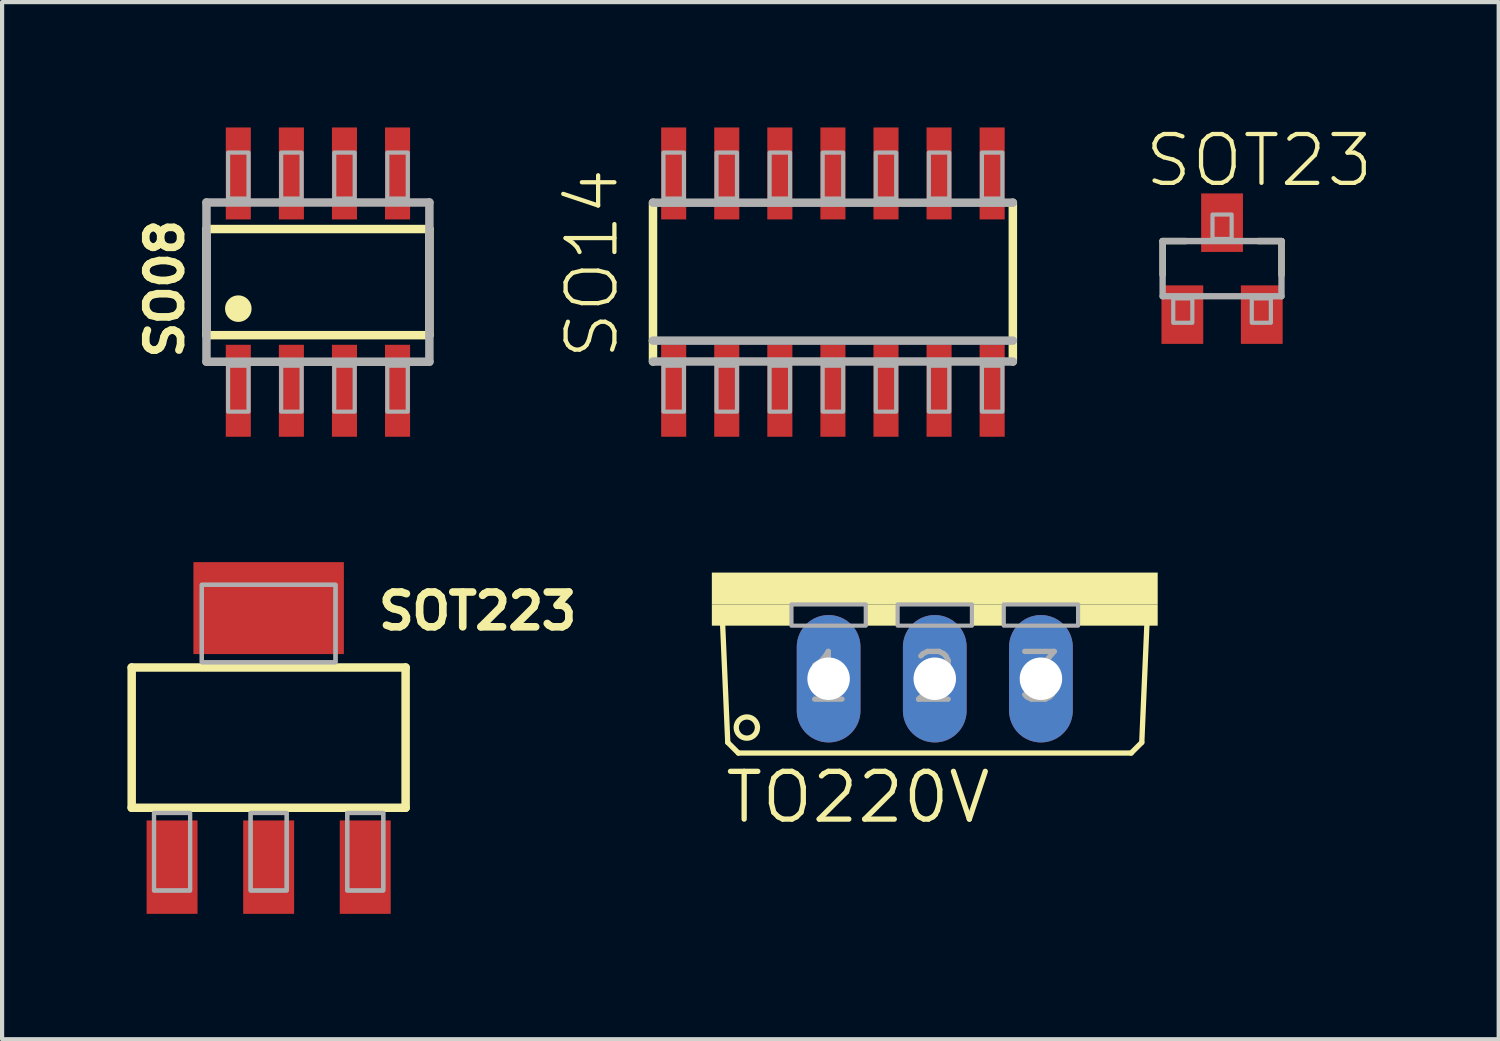
<source format=kicad_pcb>
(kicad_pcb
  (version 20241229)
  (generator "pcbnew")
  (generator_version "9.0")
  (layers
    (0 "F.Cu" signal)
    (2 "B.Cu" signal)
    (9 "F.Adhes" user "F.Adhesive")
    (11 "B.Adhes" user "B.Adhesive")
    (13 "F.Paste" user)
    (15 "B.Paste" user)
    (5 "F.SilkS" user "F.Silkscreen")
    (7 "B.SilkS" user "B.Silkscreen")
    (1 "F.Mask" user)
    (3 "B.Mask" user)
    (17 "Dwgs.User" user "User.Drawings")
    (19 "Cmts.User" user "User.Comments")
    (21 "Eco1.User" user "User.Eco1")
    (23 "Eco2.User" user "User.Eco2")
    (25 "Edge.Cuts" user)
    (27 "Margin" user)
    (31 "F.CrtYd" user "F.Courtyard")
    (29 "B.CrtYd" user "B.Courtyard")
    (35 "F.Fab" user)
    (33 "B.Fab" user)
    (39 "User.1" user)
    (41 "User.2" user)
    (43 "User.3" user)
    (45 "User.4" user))
  (footprint "TO220V"
    (layer "F.Cu")
    (at 19.316 10.65)
    (property "Reference" "TO220V" (at -5.08 6.045 0) (unlocked yes) (layer "F.SilkS") (effects (font (size 1.143 1.143) (thickness 0.127)) (justify left bottom)))
    (fp_line (start -4.953 4.064) (end -5.08 1.143) (stroke (width 0.127) (type solid)) (layer "F.SilkS"))
    (fp_line (start -4.953 4.064) (end -4.699 4.318) (stroke (width 0.127) (type solid)) (layer "F.SilkS"))
    (fp_line (start 4.699 4.318) (end -4.699 4.318) (stroke (width 0.127) (type solid)) (layer "F.SilkS"))
    (fp_line (start 4.699 4.318) (end 4.953 4.064) (stroke (width 0.127) (type solid)) (layer "F.SilkS"))
    (fp_line (start 5.08 1.143) (end 4.953 4.064) (stroke (width 0.127) (type solid)) (layer "F.SilkS"))
    (fp_circle (center -4.496 3.708) (end -4.242 3.708) (stroke (width 0.127) (type solid)) (fill no) (layer "F.SilkS"))
    (fp_poly (pts (xy -5.334 0.762) (xy 5.334 0.762) (xy 5.334 0) (xy -5.334 0)) (stroke (width 0) (type default)) (fill yes) (layer "F.SilkS"))
    (fp_poly (pts (xy -5.334 1.27) (xy -3.429 1.27) (xy -3.429 0.762) (xy -5.334 0.762)) (stroke (width 0) (type default)) (fill yes) (layer "F.SilkS"))
    (fp_poly (pts (xy -1.651 1.27) (xy -0.889 1.27) (xy -0.889 0.762) (xy -1.651 0.762)) (stroke (width 0) (type default)) (fill yes) (layer "F.SilkS"))
    (fp_poly (pts (xy 0.889 1.27) (xy 1.651 1.27) (xy 1.651 0.762) (xy 0.889 0.762)) (stroke (width 0) (type default)) (fill yes) (layer "F.SilkS"))
    (fp_poly (pts (xy 3.429 1.27) (xy 5.334 1.27) (xy 5.334 0.762) (xy 3.429 0.762)) (stroke (width 0) (type default)) (fill yes) (layer "F.SilkS"))
    (fp_poly (pts (xy -3.429 1.27) (xy -1.651 1.27) (xy -1.651 0.762) (xy -3.429 0.762)) (stroke (width 0.1) (type default)) (fill no) (layer "F.Fab"))
    (fp_poly (pts (xy -0.889 1.27) (xy 0.889 1.27) (xy 0.889 0.762) (xy -0.889 0.762)) (stroke (width 0.1) (type default)) (fill no) (layer "F.Fab"))
    (fp_poly (pts (xy 1.651 1.27) (xy 3.429 1.27) (xy 3.429 0.762) (xy 1.651 0.762)) (stroke (width 0.1) (type default)) (fill no) (layer "F.Fab"))
    (fp_text user "1" (at -3.175 3.175 0) (unlocked yes) (layer "F.Fab") (effects (font (size 1.143 1.143) (thickness 0.127)) (justify left bottom)))
    (fp_text user "2" (at -0.635 3.175 0) (unlocked yes) (layer "F.Fab") (effects (font (size 1.143 1.143) (thickness 0.127)) (justify left bottom)))
    (fp_text user "3" (at 1.905 3.175 0) (unlocked yes) (layer "F.Fab") (effects (font (size 1.143 1.143) (thickness 0.127)) (justify left bottom)))
    (pad "1" thru_hole oval (at -2.54 2.54 90) (size 3.048 1.524) (drill 1.016) (layers "*.Cu" "*.Mask"))
    (pad "2" thru_hole oval (at 0 2.54 90) (size 3.048 1.524) (drill 1.016) (layers "*.Cu" "*.Mask"))
    (pad "3" thru_hole oval (at 2.54 2.54 90) (size 3.048 1.524) (drill 1.016) (layers "*.Cu" "*.Mask")))
  (footprint "SO08"
    (layer "F.Cu")
    (at 4.557 3.7)
    (property "Reference" "SO08" (at -3.175 1.905 90) (unlocked yes) (layer "F.SilkS") (effects (font (size 0.833 0.833) (thickness 0.183)) (justify left bottom)))
    (fp_line (start -2.667 -1.27) (end 2.667 -1.27) (stroke (width 0.203) (type solid)) (layer "F.SilkS"))
    (fp_line (start -2.667 1.27) (end -2.667 -1.27) (stroke (width 0.203) (type solid)) (layer "F.SilkS"))
    (fp_line (start 2.667 -1.27) (end 2.667 1.27) (stroke (width 0.203) (type solid)) (layer "F.SilkS"))
    (fp_line (start 2.667 1.27) (end -2.667 1.27) (stroke (width 0.203) (type solid)) (layer "F.SilkS"))
    (fp_circle (center -1.905 0.635) (end -1.746 0.635) (stroke (width 0.318) (type solid)) (fill yes) (layer "F.SilkS"))
    (fp_line (start -2.667 -1.905) (end 2.667 -1.905) (stroke (width 0.203) (type solid)) (layer "F.Fab"))
    (fp_line (start -2.667 1.905) (end -2.667 -1.905) (stroke (width 0.203) (type solid)) (layer "F.Fab"))
    (fp_line (start 2.667 -1.905) (end 2.667 1.905) (stroke (width 0.203) (type solid)) (layer "F.Fab"))
    (fp_line (start 2.667 1.905) (end -2.667 1.905) (stroke (width 0.203) (type solid)) (layer "F.Fab"))
    (fp_poly (pts (xy -2.15 -2) (xy -1.66 -2) (xy -1.66 -3.1) (xy -2.15 -3.1)) (stroke (width 0.1) (type default)) (fill no) (layer "F.Fab"))
    (fp_poly (pts (xy -2.15 3.1) (xy -1.66 3.1) (xy -1.66 2) (xy -2.15 2)) (stroke (width 0.1) (type default)) (fill no) (layer "F.Fab"))
    (fp_poly (pts (xy -0.88 -2) (xy -0.39 -2) (xy -0.39 -3.1) (xy -0.88 -3.1)) (stroke (width 0.1) (type default)) (fill no) (layer "F.Fab"))
    (fp_poly (pts (xy -0.88 3.1) (xy -0.39 3.1) (xy -0.39 2) (xy -0.88 2)) (stroke (width 0.1) (type default)) (fill no) (layer "F.Fab"))
    (fp_poly (pts (xy 0.39 -2) (xy 0.88 -2) (xy 0.88 -3.1) (xy 0.39 -3.1)) (stroke (width 0.1) (type default)) (fill no) (layer "F.Fab"))
    (fp_poly (pts (xy 0.39 3.1) (xy 0.88 3.1) (xy 0.88 2) (xy 0.39 2)) (stroke (width 0.1) (type default)) (fill no) (layer "F.Fab"))
    (fp_poly (pts (xy 1.66 -2) (xy 2.15 -2) (xy 2.15 -3.1) (xy 1.66 -3.1)) (stroke (width 0.1) (type default)) (fill no) (layer "F.Fab"))
    (fp_poly (pts (xy 1.66 3.1) (xy 2.15 3.1) (xy 2.15 2) (xy 1.66 2)) (stroke (width 0.1) (type default)) (fill no) (layer "F.Fab"))
    (pad "1" smd rect (at -1.905 2.6) (size 0.6 2.2) (layers "F.Cu" "F.Mask" "F.Paste"))
    (pad "2" smd rect (at -0.635 2.6) (size 0.6 2.2) (layers "F.Cu" "F.Mask" "F.Paste"))
    (pad "3" smd rect (at 0.635 2.6) (size 0.6 2.2) (layers "F.Cu" "F.Mask" "F.Paste"))
    (pad "4" smd rect (at 1.905 2.6) (size 0.6 2.2) (layers "F.Cu" "F.Mask" "F.Paste"))
    (pad "5" smd rect (at 1.905 -2.6) (size 0.6 2.2) (layers "F.Cu" "F.Mask" "F.Paste"))
    (pad "6" smd rect (at 0.635 -2.6) (size 0.6 2.2) (layers "F.Cu" "F.Mask" "F.Paste"))
    (pad "7" smd rect (at -0.635 -2.6) (size 0.6 2.2) (layers "F.Cu" "F.Mask" "F.Paste"))
    (pad "8" smd rect (at -1.905 -2.6) (size 0.6 2.2) (layers "F.Cu" "F.Mask" "F.Paste")))
  (footprint "SO14"
    (layer "F.Cu")
    (at 16.879 3.7)
    (property "Reference" "SO14" (at -5.08 1.905 90) (unlocked yes) (layer "F.SilkS") (effects (font (size 1.168 1.168) (thickness 0.102)) (justify left bottom)))
    (fp_line (start -4.305 1.4) (end -4.305 -1.9) (stroke (width 0.203) (type solid)) (layer "F.SilkS"))
    (fp_line (start -4.305 1.9) (end -4.305 1.4) (stroke (width 0.203) (type solid)) (layer "F.SilkS"))
    (fp_line (start 4.305 -1.9) (end 4.305 1.4) (stroke (width 0.203) (type solid)) (layer "F.SilkS"))
    (fp_line (start 4.305 1.4) (end 4.305 1.9) (stroke (width 0.203) (type solid)) (layer "F.SilkS"))
    (fp_line (start -4.305 -1.9) (end 4.305 -1.9) (stroke (width 0.203) (type solid)) (layer "F.Fab"))
    (fp_line (start 4.305 1.4) (end -4.305 1.4) (stroke (width 0.203) (type solid)) (layer "F.Fab"))
    (fp_line (start 4.305 1.9) (end -4.305 1.9) (stroke (width 0.203) (type solid)) (layer "F.Fab"))
    (fp_poly (pts (xy -4.055 -2) (xy -3.565 -2) (xy -3.565 -3.1) (xy -4.055 -3.1)) (stroke (width 0.1) (type default)) (fill no) (layer "F.Fab"))
    (fp_poly (pts (xy -4.055 3.1) (xy -3.565 3.1) (xy -3.565 2) (xy -4.055 2)) (stroke (width 0.1) (type default)) (fill no) (layer "F.Fab"))
    (fp_poly (pts (xy -2.785 -2) (xy -2.295 -2) (xy -2.295 -3.1) (xy -2.785 -3.1)) (stroke (width 0.1) (type default)) (fill no) (layer "F.Fab"))
    (fp_poly (pts (xy -2.785 3.1) (xy -2.295 3.1) (xy -2.295 2) (xy -2.785 2)) (stroke (width 0.1) (type default)) (fill no) (layer "F.Fab"))
    (fp_poly (pts (xy -1.515 -2) (xy -1.025 -2) (xy -1.025 -3.1) (xy -1.515 -3.1)) (stroke (width 0.1) (type default)) (fill no) (layer "F.Fab"))
    (fp_poly (pts (xy -1.515 3.1) (xy -1.025 3.1) (xy -1.025 2) (xy -1.515 2)) (stroke (width 0.1) (type default)) (fill no) (layer "F.Fab"))
    (fp_poly (pts (xy -0.245 -2) (xy 0.245 -2) (xy 0.245 -3.1) (xy -0.245 -3.1)) (stroke (width 0.1) (type default)) (fill no) (layer "F.Fab"))
    (fp_poly (pts (xy -0.245 3.1) (xy 0.245 3.1) (xy 0.245 2) (xy -0.245 2)) (stroke (width 0.1) (type default)) (fill no) (layer "F.Fab"))
    (fp_poly (pts (xy 1.025 -2) (xy 1.515 -2) (xy 1.515 -3.1) (xy 1.025 -3.1)) (stroke (width 0.1) (type default)) (fill no) (layer "F.Fab"))
    (fp_poly (pts (xy 1.515 2) (xy 1.025 2) (xy 1.025 3.1) (xy 1.515 3.1)) (stroke (width 0.1) (type default)) (fill no) (layer "F.Fab"))
    (fp_poly (pts (xy 2.295 -2) (xy 2.785 -2) (xy 2.785 -3.1) (xy 2.295 -3.1)) (stroke (width 0.1) (type default)) (fill no) (layer "F.Fab"))
    (fp_poly (pts (xy 2.785 2) (xy 2.295 2) (xy 2.295 3.1) (xy 2.785 3.1)) (stroke (width 0.1) (type default)) (fill no) (layer "F.Fab"))
    (fp_poly (pts (xy 3.565 -2) (xy 4.055 -2) (xy 4.055 -3.1) (xy 3.565 -3.1)) (stroke (width 0.1) (type default)) (fill no) (layer "F.Fab"))
    (fp_poly (pts (xy 4.055 2) (xy 3.565 2) (xy 3.565 3.1) (xy 4.055 3.1)) (stroke (width 0.1) (type default)) (fill no) (layer "F.Fab"))
    (pad "1" smd rect (at -3.81 2.6) (size 0.6 2.2) (layers "F.Cu" "F.Mask" "F.Paste"))
    (pad "2" smd rect (at -2.54 2.6) (size 0.6 2.2) (layers "F.Cu" "F.Mask" "F.Paste"))
    (pad "3" smd rect (at -1.27 2.6) (size 0.6 2.2) (layers "F.Cu" "F.Mask" "F.Paste"))
    (pad "4" smd rect (at 0 2.6) (size 0.6 2.2) (layers "F.Cu" "F.Mask" "F.Paste"))
    (pad "5" smd rect (at 1.27 2.6 180) (size 0.6 2.2) (layers "F.Cu" "F.Mask" "F.Paste"))
    (pad "6" smd rect (at 2.54 2.6 180) (size 0.6 2.2) (layers "F.Cu" "F.Mask" "F.Paste"))
    (pad "7" smd rect (at 3.81 2.6 180) (size 0.6 2.2) (layers "F.Cu" "F.Mask" "F.Paste"))
    (pad "8" smd rect (at 3.81 -2.6) (size 0.6 2.2) (layers "F.Cu" "F.Mask" "F.Paste"))
    (pad "9" smd rect (at 2.54 -2.6) (size 0.6 2.2) (layers "F.Cu" "F.Mask" "F.Paste"))
    (pad "10" smd rect (at 1.27 -2.6) (size 0.6 2.2) (layers "F.Cu" "F.Mask" "F.Paste"))
    (pad "11" smd rect (at 0 -2.6) (size 0.6 2.2) (layers "F.Cu" "F.Mask" "F.Paste"))
    (pad "12" smd rect (at -1.27 -2.6) (size 0.6 2.2) (layers "F.Cu" "F.Mask" "F.Paste"))
    (pad "13" smd rect (at -2.54 -2.6) (size 0.6 2.2) (layers "F.Cu" "F.Mask" "F.Paste"))
    (pad "14" smd rect (at -3.81 -2.6) (size 0.6 2.2) (layers "F.Cu" "F.Mask" "F.Paste")))
  (footprint "SOT23"
    (layer "F.Cu")
    (at 26.19 3.378)
    (property "Reference" "SOT23" (at -1.905 -1.905 0) (unlocked yes) (layer "F.SilkS") (effects (font (size 1.168 1.168) (thickness 0.102)) (justify left bottom)))
    (fp_line (start -1.422 -0.66) (end -0.864 -0.66) (stroke (width 0.152) (type solid)) (layer "F.SilkS"))
    (fp_line (start -1.422 0.152) (end -1.422 -0.66) (stroke (width 0.152) (type solid)) (layer "F.SilkS"))
    (fp_line (start 0.864 -0.66) (end 1.422 -0.66) (stroke (width 0.152) (type solid)) (layer "F.SilkS"))
    (fp_line (start 1.422 -0.66) (end 1.422 0.152) (stroke (width 0.152) (type solid)) (layer "F.SilkS"))
    (fp_line (start -1.422 -0.66) (end 1.422 -0.66) (stroke (width 0.152) (type solid)) (layer "F.Fab"))
    (fp_line (start -1.422 0.66) (end -1.422 -0.66) (stroke (width 0.152) (type solid)) (layer "F.Fab"))
    (fp_line (start 1.422 -0.66) (end 1.422 0.66) (stroke (width 0.152) (type solid)) (layer "F.Fab"))
    (fp_line (start 1.422 0.66) (end -1.422 0.66) (stroke (width 0.152) (type solid)) (layer "F.Fab"))
    (fp_poly (pts (xy -1.168 1.295) (xy -0.711 1.295) (xy -0.711 0.711) (xy -1.168 0.711)) (stroke (width 0.1) (type default)) (fill no) (layer "F.Fab"))
    (fp_poly (pts (xy -0.229 -0.711) (xy 0.229 -0.711) (xy 0.229 -1.295) (xy -0.229 -1.295)) (stroke (width 0.1) (type default)) (fill no) (layer "F.Fab"))
    (fp_poly (pts (xy 0.711 1.295) (xy 1.168 1.295) (xy 1.168 0.711) (xy 0.711 0.711)) (stroke (width 0.1) (type default)) (fill no) (layer "F.Fab"))
    (pad "1" smd rect (at -0.95 1.1) (size 1 1.4) (layers "F.Cu" "F.Mask" "F.Paste"))
    (pad "2" smd rect (at 0.95 1.1) (size 1 1.4) (layers "F.Cu" "F.Mask" "F.Paste"))
    (pad "3" smd rect (at 0 -1.1) (size 1 1.4) (layers "F.Cu" "F.Mask" "F.Paste")))
  (footprint "SOT223"
    (layer "F.Cu")
    (at 3.378 14.599)
    (property "Reference" "SOT223" (at 2.54 -2.54 0) (unlocked yes) (layer "F.SilkS") (effects (font (size 0.833 0.833) (thickness 0.183)) (justify left bottom)))
    (fp_line (start -3.277 -1.678) (end 3.277 -1.678) (stroke (width 0.203) (type solid)) (layer "F.SilkS"))
    (fp_line (start -3.277 1.678) (end -3.277 -1.678) (stroke (width 0.203) (type solid)) (layer "F.SilkS"))
    (fp_line (start 3.277 -1.678) (end 3.277 1.678) (stroke (width 0.203) (type solid)) (layer "F.SilkS"))
    (fp_line (start 3.277 1.678) (end -3.277 1.678) (stroke (width 0.203) (type solid)) (layer "F.SilkS"))
    (fp_poly (pts (xy -2.743 3.658) (xy -1.88 3.658) (xy -1.88 1.803) (xy -2.743 1.803)) (stroke (width 0.1) (type default)) (fill no) (layer "F.Fab"))
    (fp_poly (pts (xy -2.743 3.658) (xy -1.88 3.658) (xy -1.88 1.803) (xy -2.743 1.803)) (stroke (width 0.1) (type default)) (fill no) (layer "F.Fab"))
    (fp_poly (pts (xy -1.6 -1.803) (xy 1.6 -1.803) (xy 1.6 -3.658) (xy -1.6 -3.658)) (stroke (width 0.1) (type default)) (fill no) (layer "F.Fab"))
    (fp_poly (pts (xy -1.6 -1.803) (xy 1.6 -1.803) (xy 1.6 -3.658) (xy -1.6 -3.658)) (stroke (width 0.1) (type default)) (fill no) (layer "F.Fab"))
    (fp_poly (pts (xy -0.432 3.658) (xy 0.432 3.658) (xy 0.432 1.803) (xy -0.432 1.803)) (stroke (width 0.1) (type default)) (fill no) (layer "F.Fab"))
    (fp_poly (pts (xy -0.432 3.658) (xy 0.432 3.658) (xy 0.432 1.803) (xy -0.432 1.803)) (stroke (width 0.1) (type default)) (fill no) (layer "F.Fab"))
    (fp_poly (pts (xy 1.88 3.658) (xy 2.743 3.658) (xy 2.743 1.803) (xy 1.88 1.803)) (stroke (width 0.1) (type default)) (fill no) (layer "F.Fab"))
    (fp_poly (pts (xy 1.88 3.658) (xy 2.743 3.658) (xy 2.743 1.803) (xy 1.88 1.803)) (stroke (width 0.1) (type default)) (fill no) (layer "F.Fab"))
    (pad "1" smd rect (at -2.311 3.099) (size 1.219 2.235) (layers "F.Cu" "F.Mask" "F.Paste"))
    (pad "2" smd rect (at 0 3.099) (size 1.219 2.235) (layers "F.Cu" "F.Mask" "F.Paste"))
    (pad "3" smd rect (at 2.311 3.099) (size 1.219 2.235) (layers "F.Cu" "F.Mask" "F.Paste"))
    (pad "4" smd rect (at 0 -3.099) (size 3.6 2.2) (layers "F.Cu" "F.Mask" "F.Paste")))
  (gr_rect
    (start -3 -3)
    (end 32.809 21.815)
    (stroke (width 0.1) (type default))
    (fill no)
    (layer "Edge.Cuts")))
</source>
